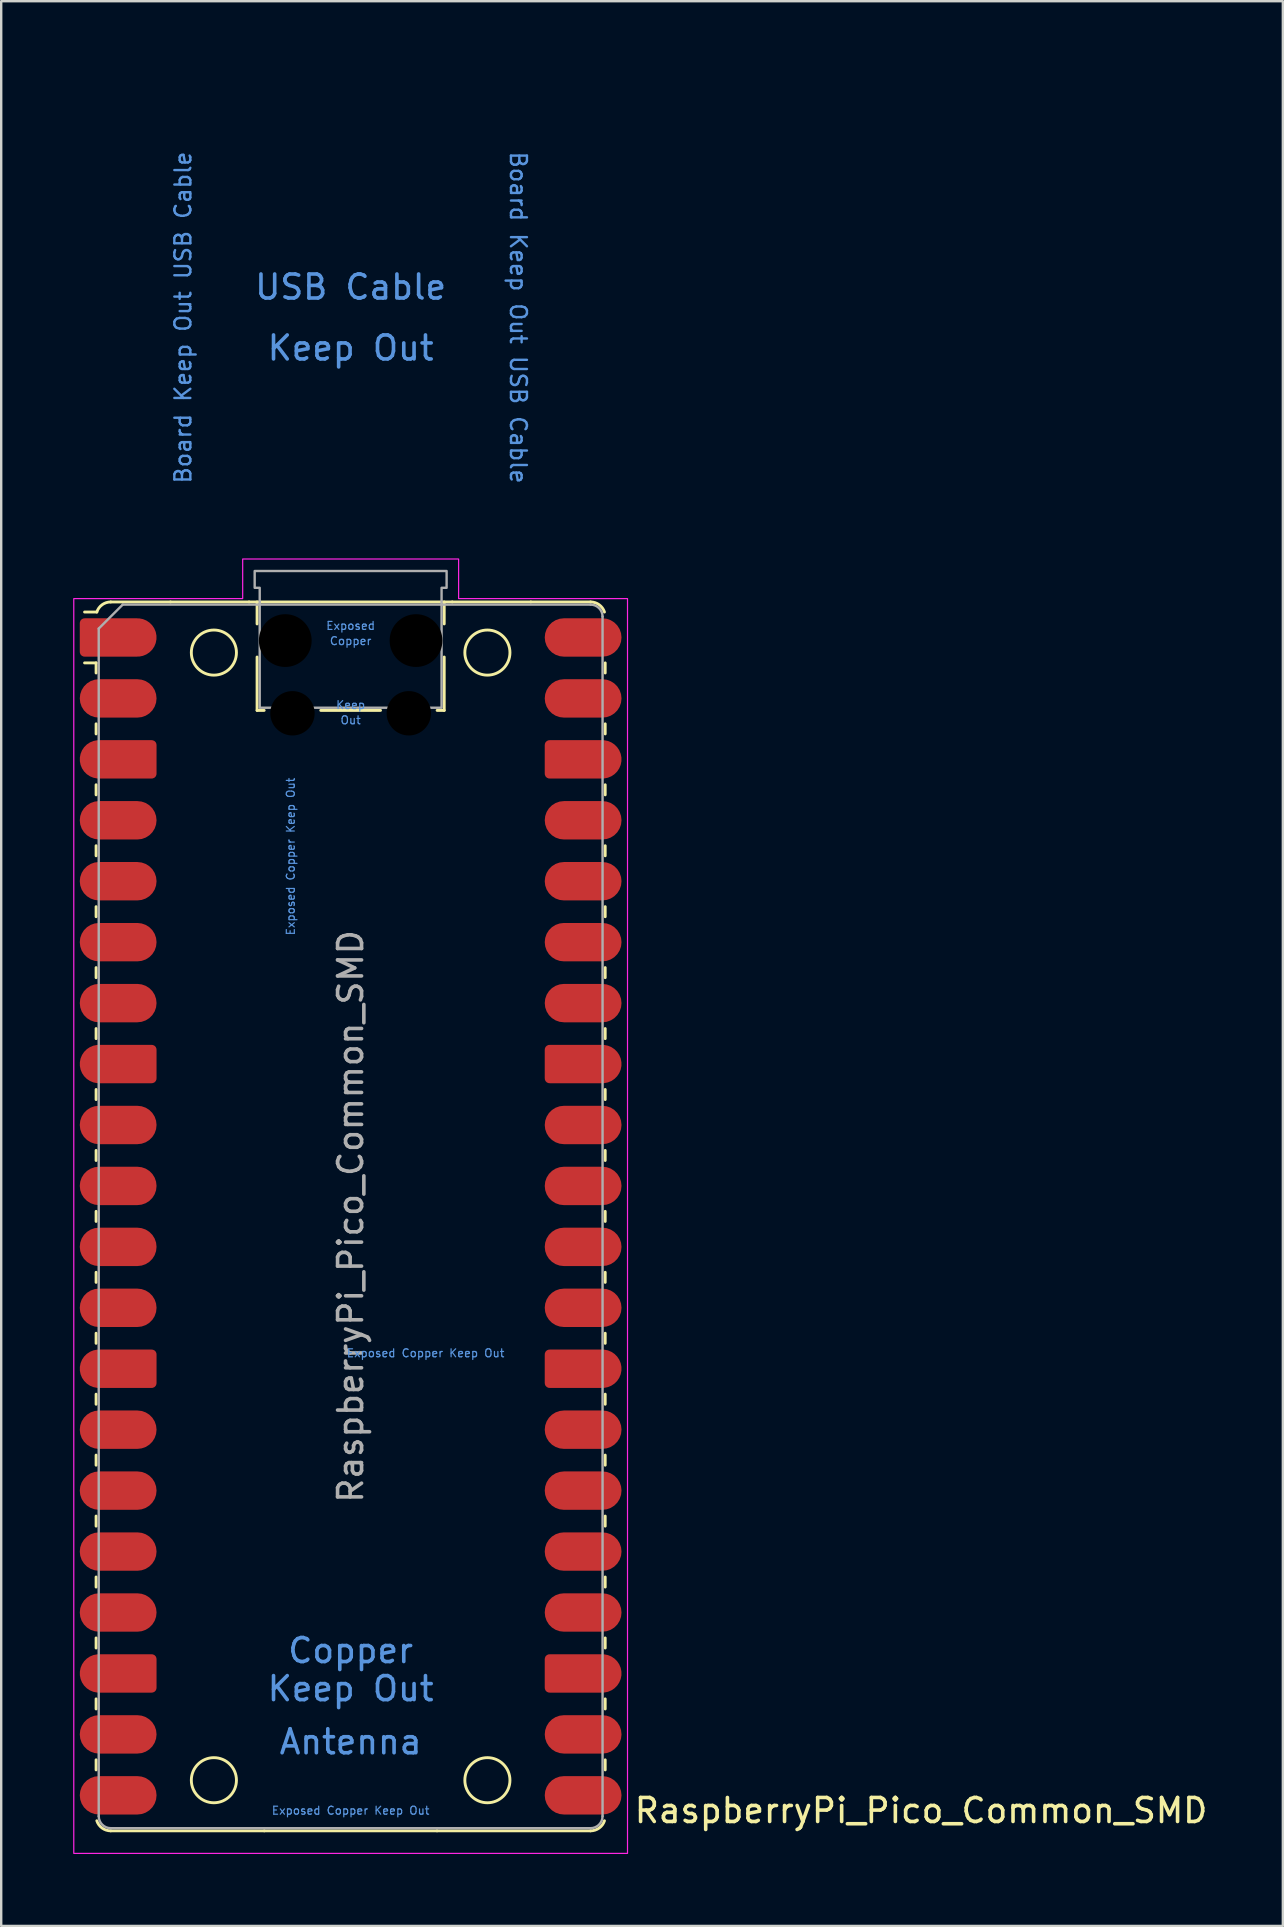
<source format=kicad_pcb>
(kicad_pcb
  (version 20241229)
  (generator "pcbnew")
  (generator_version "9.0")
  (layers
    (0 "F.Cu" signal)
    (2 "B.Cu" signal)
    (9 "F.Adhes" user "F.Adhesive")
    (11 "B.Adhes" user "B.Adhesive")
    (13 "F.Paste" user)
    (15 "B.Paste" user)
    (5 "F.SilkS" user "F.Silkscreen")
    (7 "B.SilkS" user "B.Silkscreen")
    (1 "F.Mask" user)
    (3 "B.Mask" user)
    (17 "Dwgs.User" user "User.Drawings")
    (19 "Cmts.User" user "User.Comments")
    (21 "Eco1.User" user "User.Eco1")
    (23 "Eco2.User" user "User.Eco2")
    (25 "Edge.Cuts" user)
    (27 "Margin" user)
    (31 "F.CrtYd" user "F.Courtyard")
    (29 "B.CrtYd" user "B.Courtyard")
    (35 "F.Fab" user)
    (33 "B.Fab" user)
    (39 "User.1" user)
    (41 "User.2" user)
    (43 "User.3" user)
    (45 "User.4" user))
  (footprint "RaspberryPi_Pico_Common_SMD"
    (layer "F.Cu")
    (at 11.565 47.65)
    (property "Reference" "RaspberryPi_Pico_Common_SMD" (at 11.748 24.765 0) (unlocked yes) (layer "F.SilkS") (effects (font (size 1 1) (thickness 0.15)) (justify left)))
    (attr smd)
    (fp_line (start -10.61 -23.07) (end -11.09 -23.07) (stroke (width 0.12) (type solid)) (layer "F.SilkS"))
    (fp_line (start -10.61 -23.07) (end -10.61 -22.65) (stroke (width 0.12) (type solid)) (layer "F.SilkS"))
    (fp_line (start -10.61 -20.53) (end -10.61 -20.11) (stroke (width 0.12) (type solid)) (layer "F.SilkS"))
    (fp_line (start -10.61 -17.99) (end -10.61 -17.57) (stroke (width 0.12) (type solid)) (layer "F.SilkS"))
    (fp_line (start -10.61 -15.45) (end -10.61 -15.03) (stroke (width 0.12) (type solid)) (layer "F.SilkS"))
    (fp_line (start -10.61 -12.91) (end -10.61 -12.49) (stroke (width 0.12) (type solid)) (layer "F.SilkS"))
    (fp_line (start -10.61 -10.37) (end -10.61 -9.95) (stroke (width 0.12) (type solid)) (layer "F.SilkS"))
    (fp_line (start -10.61 -7.83) (end -10.61 -7.41) (stroke (width 0.12) (type solid)) (layer "F.SilkS"))
    (fp_line (start -10.61 -5.29) (end -10.61 -4.87) (stroke (width 0.12) (type solid)) (layer "F.SilkS"))
    (fp_line (start -10.61 -2.75) (end -10.61 -2.33) (stroke (width 0.12) (type solid)) (layer "F.SilkS"))
    (fp_line (start -10.61 -0.21) (end -10.61 0.21) (stroke (width 0.12) (type solid)) (layer "F.SilkS"))
    (fp_line (start -10.61 2.33) (end -10.61 2.75) (stroke (width 0.12) (type solid)) (layer "F.SilkS"))
    (fp_line (start -10.61 4.87) (end -10.61 5.29) (stroke (width 0.12) (type solid)) (layer "F.SilkS"))
    (fp_line (start -10.61 7.41) (end -10.61 7.83) (stroke (width 0.12) (type solid)) (layer "F.SilkS"))
    (fp_line (start -10.61 9.95) (end -10.61 10.37) (stroke (width 0.12) (type solid)) (layer "F.SilkS"))
    (fp_line (start -10.61 12.49) (end -10.61 12.91) (stroke (width 0.12) (type solid)) (layer "F.SilkS"))
    (fp_line (start -10.61 15.03) (end -10.61 15.45) (stroke (width 0.12) (type solid)) (layer "F.SilkS"))
    (fp_line (start -10.61 17.57) (end -10.61 17.99) (stroke (width 0.12) (type solid)) (layer "F.SilkS"))
    (fp_line (start -10.61 20.11) (end -10.61 20.53) (stroke (width 0.12) (type solid)) (layer "F.SilkS"))
    (fp_line (start -10.61 22.65) (end -10.61 23.07) (stroke (width 0.12) (type solid)) (layer "F.SilkS"))
    (fp_line (start -10.58 -25.19) (end -11.09 -25.19) (stroke (width 0.12) (type solid)) (layer "F.SilkS"))
    (fp_line (start -10 -25.61) (end -7.51 -25.61) (stroke (width 0.12) (type solid)) (layer "F.SilkS"))
    (fp_line (start -10 25.61) (end -3.6 25.61) (stroke (width 0.12) (type solid)) (layer "F.SilkS"))
    (fp_line (start -7.51 -25.61) (end -4.235 -25.61) (stroke (width 0.12) (type solid)) (layer "F.SilkS"))
    (fp_line (start -4.235 -25.61) (end 4.235 -25.61) (stroke (width 0.12) (type solid)) (layer "F.SilkS"))
    (fp_line (start -3.9 -25.61) (end -3.9 -24.694) (stroke (width 0.12) (type solid)) (layer "F.SilkS"))
    (fp_line (start -3.9 -23.315) (end -3.9 -21.09) (stroke (width 0.12) (type solid)) (layer "F.SilkS"))
    (fp_line (start -3.9 -21.09) (end -3.604 -21.09) (stroke (width 0.12) (type solid)) (layer "F.SilkS"))
    (fp_line (start -1.246 -21.09) (end 1.246 -21.09) (stroke (width 0.12) (type solid)) (layer "F.SilkS"))
    (fp_line (start 3.6 25.61) (end -3.6 25.61) (stroke (width 0.12) (type solid)) (layer "F.SilkS"))
    (fp_line (start 3.6 25.61) (end 10 25.61) (stroke (width 0.12) (type solid)) (layer "F.SilkS"))
    (fp_line (start 3.604 -21.09) (end 3.9 -21.09) (stroke (width 0.12) (type solid)) (layer "F.SilkS"))
    (fp_line (start 3.9 -25.61) (end 3.9 -24.694) (stroke (width 0.12) (type solid)) (layer "F.SilkS"))
    (fp_line (start 3.9 -23.315) (end 3.9 -21.09) (stroke (width 0.12) (type solid)) (layer "F.SilkS"))
    (fp_line (start 4.235 -25.61) (end 7.51 -25.61) (stroke (width 0.12) (type solid)) (layer "F.SilkS"))
    (fp_line (start 10 -25.61) (end 7.51 -25.61) (stroke (width 0.12) (type solid)) (layer "F.SilkS"))
    (fp_line (start 10.61 -23.07) (end 10.61 -22.65) (stroke (width 0.12) (type solid)) (layer "F.SilkS"))
    (fp_line (start 10.61 -20.53) (end 10.61 -20.11) (stroke (width 0.12) (type solid)) (layer "F.SilkS"))
    (fp_line (start 10.61 -17.99) (end 10.61 -17.57) (stroke (width 0.12) (type solid)) (layer "F.SilkS"))
    (fp_line (start 10.61 -15.45) (end 10.61 -15.03) (stroke (width 0.12) (type solid)) (layer "F.SilkS"))
    (fp_line (start 10.61 -12.91) (end 10.61 -12.49) (stroke (width 0.12) (type solid)) (layer "F.SilkS"))
    (fp_line (start 10.61 -10.37) (end 10.61 -9.95) (stroke (width 0.12) (type solid)) (layer "F.SilkS"))
    (fp_line (start 10.61 -7.83) (end 10.61 -7.41) (stroke (width 0.12) (type solid)) (layer "F.SilkS"))
    (fp_line (start 10.61 -5.29) (end 10.61 -4.87) (stroke (width 0.12) (type solid)) (layer "F.SilkS"))
    (fp_line (start 10.61 -2.75) (end 10.61 -2.33) (stroke (width 0.12) (type solid)) (layer "F.SilkS"))
    (fp_line (start 10.61 -0.21) (end 10.61 0.21) (stroke (width 0.12) (type solid)) (layer "F.SilkS"))
    (fp_line (start 10.61 2.33) (end 10.61 2.75) (stroke (width 0.12) (type solid)) (layer "F.SilkS"))
    (fp_line (start 10.61 4.87) (end 10.61 5.29) (stroke (width 0.12) (type solid)) (layer "F.SilkS"))
    (fp_line (start 10.61 7.41) (end 10.61 7.83) (stroke (width 0.12) (type solid)) (layer "F.SilkS"))
    (fp_line (start 10.61 9.95) (end 10.61 10.37) (stroke (width 0.12) (type solid)) (layer "F.SilkS"))
    (fp_line (start 10.61 12.49) (end 10.61 12.91) (stroke (width 0.12) (type solid)) (layer "F.SilkS"))
    (fp_line (start 10.61 15.03) (end 10.61 15.45) (stroke (width 0.12) (type solid)) (layer "F.SilkS"))
    (fp_line (start 10.61 17.57) (end 10.61 17.99) (stroke (width 0.12) (type solid)) (layer "F.SilkS"))
    (fp_line (start 10.61 20.11) (end 10.61 20.53) (stroke (width 0.12) (type solid)) (layer "F.SilkS"))
    (fp_line (start 10.61 22.65) (end 10.61 23.07) (stroke (width 0.12) (type solid)) (layer "F.SilkS"))
    (fp_arc (start -10.579676 -25.189937) (mid -10.357938 -25.493944) (end -10 -25.61) (stroke (width 0.12) (type solid)) (layer "F.SilkS"))
    (fp_arc (start -10 25.61) (mid -10.357937 25.493944) (end -10.579676 25.189937) (stroke (width 0.12) (type solid)) (layer "F.SilkS"))
    (fp_arc (start 10 -25.61) (mid 10.357937 -25.493944) (end 10.579676 -25.189937) (stroke (width 0.12) (type solid)) (layer "F.SilkS"))
    (fp_arc (start 10.579676 25.189937) (mid 10.357949 25.493953) (end 10 25.61) (stroke (width 0.12) (type solid)) (layer "F.SilkS"))
    (fp_circle (center -5.7 -23.5) (end -4.76 -23.5) (stroke (width 0.12) (type solid)) (fill no) (layer "F.SilkS"))
    (fp_circle (center -5.7 23.5) (end -4.76 23.5) (stroke (width 0.12) (type solid)) (fill no) (layer "F.SilkS"))
    (fp_circle (center 5.7 -23.5) (end 6.64 -23.5) (stroke (width 0.12) (type solid)) (fill no) (layer "F.SilkS"))
    (fp_circle (center 5.7 23.5) (end 6.64 23.5) (stroke (width 0.12) (type solid)) (fill no) (layer "F.SilkS"))
    (fp_poly (pts (xy -4.5 -27.4) (xy 4.5 -27.4) (xy 4.5 -25.75) (xy 11.54 -25.75) (xy 11.54 26.55) (xy -11.54 26.55) (xy -11.54 -25.75) (xy -4.5 -25.75)) (stroke (width 0.05) (type solid)) (fill no) (layer "F.CrtYd"))
    (fp_line (start -10.5 -24.5) (end -9.5 -25.5) (stroke (width 0.1) (type solid)) (layer "F.Fab"))
    (fp_line (start -10.5 25) (end -10.5 -24.5) (stroke (width 0.1) (type solid)) (layer "F.Fab"))
    (fp_line (start -9.5 -25.5) (end 10 -25.5) (stroke (width 0.1) (type solid)) (layer "F.Fab"))
    (fp_line (start 10 25.5) (end -10 25.5) (stroke (width 0.1) (type solid)) (layer "F.Fab"))
    (fp_line (start 10.5 -25) (end 10.5 25) (stroke (width 0.1) (type solid)) (layer "F.Fab"))
    (fp_arc (start -10 25.5) (mid -10.353553 25.353553) (end -10.5 25) (stroke (width 0.1) (type solid)) (layer "F.Fab"))
    (fp_arc (start 10 -25.5) (mid 10.353553 -25.353553) (end 10.5 -25) (stroke (width 0.1) (type solid)) (layer "F.Fab"))
    (fp_arc (start 10.5 25) (mid 10.353553 25.353553) (end 10 25.5) (stroke (width 0.1) (type solid)) (layer "F.Fab"))
    (fp_poly (pts (xy 3.79 -21.2) (xy 3.79 -26.2) (xy 4 -26.2) (xy 4 -26.9) (xy -4 -26.9) (xy -4 -26.2) (xy -3.79 -26.2) (xy -3.79 -21.2)) (stroke (width 0.1) (type solid)) (fill no) (layer "F.Fab"))
    (fp_text user "Copper" (at 0 -23.983 0) (unlocked yes) (layer "Cmts.User") (effects (font (size 0.333 0.333) (thickness 0.05))))
    (fp_text user "Exposed Copper Keep Out" (at -2.5 -15 90) (unlocked yes) (layer "Cmts.User") (effects (font (size 0.333 0.333) (thickness 0.05))))
    (fp_text user "Board Keep Out USB Cable" (at 6.985 -37.465 270) (unlocked yes) (layer "Cmts.User") (effects (font (size 0.667 0.667) (thickness 0.1))))
    (fp_text user "Copper" (at 0 18.098 0) (unlocked yes) (layer "Cmts.User") (effects (font (size 1 1) (thickness 0.15))))
    (fp_text user "Antenna" (at 0 21.9 0) (unlocked yes) (layer "Cmts.User") (effects (font (size 1 1) (thickness 0.15))))
    (fp_text user "Exposed Copper Keep Out" (at 0 24.765 0) (unlocked yes) (layer "Cmts.User") (effects (font (size 0.333 0.333) (thickness 0.05))))
    (fp_text user "Exposed" (at 0 -24.617 0) (unlocked yes) (layer "Cmts.User") (effects (font (size 0.333 0.333) (thickness 0.05))))
    (fp_text user "USB Cable" (at 0 -38.735 0) (unlocked yes) (layer "Cmts.User") (effects (font (size 1 1) (thickness 0.15))))
    (fp_text user "Board Keep Out USB Cable" (at -6.985 -37.465 90) (unlocked yes) (layer "Cmts.User") (effects (font (size 0.667 0.667) (thickness 0.1))))
    (fp_text user "Out" (at 0 -20.683 0) (unlocked yes) (layer "Cmts.User") (effects (font (size 0.333 0.333) (thickness 0.05))))
    (fp_text user "Exposed Copper Keep Out" (at 3.124 5.7 0) (unlocked yes) (layer "Cmts.User") (effects (font (size 0.333 0.333) (thickness 0.05))))
    (fp_text user "Keep" (at 0 -21.317 0) (unlocked yes) (layer "Cmts.User") (effects (font (size 0.333 0.333) (thickness 0.05))))
    (fp_text user "Keep Out" (at 0 -36.195 0) (unlocked yes) (layer "Cmts.User") (effects (font (size 1 1) (thickness 0.15))))
    (fp_text user "Keep Out" (at 0 19.685 0) (unlocked yes) (layer "Cmts.User") (effects (font (size 1 1) (thickness 0.15))))
    (fp_text user "${REFERENCE}" (at 0 0 90) (layer "F.Fab") (effects (font (size 1 1) (thickness 0.15))))
    (pad "" np_thru_hole circle (at -2.725 -24) (size 2.2 2.2) (drill 2.2) (layers "*.Mask"))
    (pad "" np_thru_hole circle (at -2.425 -20.97) (size 1.85 1.85) (drill 1.85) (layers "*.Mask"))
    (pad "" np_thru_hole circle (at 2.425 -20.97) (size 1.85 1.85) (drill 1.85) (layers "*.Mask"))
    (pad "" np_thru_hole circle (at 2.725 -24) (size 2.2 2.2) (drill 2.2) (layers "*.Mask"))
    (pad "1" smd custom (at -8.89 -24.13) (size 1.6 1.6) (layers "F.Cu" "F.Mask" "F.Paste") (options (anchor circle)) (primitives (gr_poly (pts (xy -2.4 0.6) (xy -2.4 -0.6) (xy -2.2 -0.8) (xy 0 -0.8) (xy 0 0.8) (xy -2.2 0.8)) (width 0) (fill yes)) (gr_circle (center -2.2 0.6) (end -2 0.6) (width 0) (fill yes)) (gr_circle (center -2.2 -0.6) (end -2 -0.6) (width 0) (fill yes))))
    (pad "2" smd roundrect (at -8.89 -21.59) (size 3.2 1.6) (drill (offset -0.8 0)) (layers "F.Cu" "F.Mask" "F.Paste") (roundrect_rratio 0.5))
    (pad "3" smd custom (at -8.89 -19.05) (size 1.6 1.6) (layers "F.Cu" "F.Mask" "F.Paste") (options (anchor circle)) (primitives (gr_poly (pts (xy 0.8 -0.6) (xy 0.8 0.6) (xy 0.6 0.8) (xy -1.6 0.8) (xy -1.6 -0.8) (xy 0.6 -0.8)) (width 0) (fill yes)) (gr_circle (center 0.6 0.6) (end 0.8 0.6) (width 0) (fill yes)) (gr_circle (center 0.6 -0.6) (end 0.8 -0.6) (width 0) (fill yes)) (gr_circle (center -1.6 0) (end -0.8 0) (width 0) (fill yes))))
    (pad "4" smd roundrect (at -8.89 -16.51) (size 3.2 1.6) (drill (offset -0.8 0)) (layers "F.Cu" "F.Mask" "F.Paste") (roundrect_rratio 0.5))
    (pad "5" smd roundrect (at -8.89 -13.97) (size 3.2 1.6) (drill (offset -0.8 0)) (layers "F.Cu" "F.Mask" "F.Paste") (roundrect_rratio 0.5))
    (pad "6" smd roundrect (at -8.89 -11.43) (size 3.2 1.6) (drill (offset -0.8 0)) (layers "F.Cu" "F.Mask" "F.Paste") (roundrect_rratio 0.5))
    (pad "7" smd roundrect (at -8.89 -8.89) (size 3.2 1.6) (drill (offset -0.8 0)) (layers "F.Cu" "F.Mask" "F.Paste") (roundrect_rratio 0.5))
    (pad "8" smd custom (at -8.89 -6.35) (size 1.6 1.6) (layers "F.Cu" "F.Mask" "F.Paste") (options (anchor circle)) (primitives (gr_poly (pts (xy 0.8 -0.6) (xy 0.8 0.6) (xy 0.6 0.8) (xy -1.6 0.8) (xy -1.6 -0.8) (xy 0.6 -0.8)) (width 0) (fill yes)) (gr_circle (center 0.6 0.6) (end 0.8 0.6) (width 0) (fill yes)) (gr_circle (center 0.6 -0.6) (end 0.8 -0.6) (width 0) (fill yes)) (gr_circle (center -1.6 0) (end -0.8 0) (width 0) (fill yes))))
    (pad "9" smd roundrect (at -8.89 -3.81) (size 3.2 1.6) (drill (offset -0.8 0)) (layers "F.Cu" "F.Mask" "F.Paste") (roundrect_rratio 0.5))
    (pad "10" smd roundrect (at -8.89 -1.27) (size 3.2 1.6) (drill (offset -0.8 0)) (layers "F.Cu" "F.Mask" "F.Paste") (roundrect_rratio 0.5))
    (pad "11" smd roundrect (at -8.89 1.27) (size 3.2 1.6) (drill (offset -0.8 0)) (layers "F.Cu" "F.Mask" "F.Paste") (roundrect_rratio 0.5))
    (pad "12" smd roundrect (at -8.89 3.81) (size 3.2 1.6) (drill (offset -0.8 0)) (layers "F.Cu" "F.Mask" "F.Paste") (roundrect_rratio 0.5))
    (pad "13" smd custom (at -8.89 6.35) (size 1.6 1.6) (layers "F.Cu" "F.Mask" "F.Paste") (options (anchor circle)) (primitives (gr_poly (pts (xy 0.8 -0.6) (xy 0.8 0.6) (xy 0.6 0.8) (xy -1.6 0.8) (xy -1.6 -0.8) (xy 0.6 -0.8)) (width 0) (fill yes)) (gr_circle (center 0.6 0.6) (end 0.8 0.6) (width 0) (fill yes)) (gr_circle (center 0.6 -0.6) (end 0.8 -0.6) (width 0) (fill yes)) (gr_circle (center -1.6 0) (end -0.8 0) (width 0) (fill yes))))
    (pad "14" smd roundrect (at -8.89 8.89) (size 3.2 1.6) (drill (offset -0.8 0)) (layers "F.Cu" "F.Mask" "F.Paste") (roundrect_rratio 0.5))
    (pad "15" smd roundrect (at -8.89 11.43) (size 3.2 1.6) (drill (offset -0.8 0)) (layers "F.Cu" "F.Mask" "F.Paste") (roundrect_rratio 0.5))
    (pad "16" smd roundrect (at -8.89 13.97) (size 3.2 1.6) (drill (offset -0.8 0)) (layers "F.Cu" "F.Mask" "F.Paste") (roundrect_rratio 0.5))
    (pad "17" smd roundrect (at -8.89 16.51) (size 3.2 1.6) (drill (offset -0.8 0)) (layers "F.Cu" "F.Mask" "F.Paste") (roundrect_rratio 0.5))
    (pad "18" smd custom (at -8.89 19.05) (size 1.6 1.6) (layers "F.Cu" "F.Mask" "F.Paste") (options (anchor circle)) (primitives (gr_poly (pts (xy 0.8 -0.6) (xy 0.8 0.6) (xy 0.6 0.8) (xy -1.6 0.8) (xy -1.6 -0.8) (xy 0.6 -0.8)) (width 0) (fill yes)) (gr_circle (center 0.6 0.6) (end 0.8 0.6) (width 0) (fill yes)) (gr_circle (center 0.6 -0.6) (end 0.8 -0.6) (width 0) (fill yes)) (gr_circle (center -1.6 0) (end -0.8 0) (width 0) (fill yes))))
    (pad "19" smd roundrect (at -8.89 21.59) (size 3.2 1.6) (drill (offset -0.8 0)) (layers "F.Cu" "F.Mask" "F.Paste") (roundrect_rratio 0.5))
    (pad "20" smd roundrect (at -8.89 24.13) (size 3.2 1.6) (drill (offset -0.8 0)) (layers "F.Cu" "F.Mask" "F.Paste") (roundrect_rratio 0.5))
    (pad "21" smd roundrect (at 8.89 24.13) (size 3.2 1.6) (drill (offset 0.8 0)) (layers "F.Cu" "F.Mask" "F.Paste") (roundrect_rratio 0.5))
    (pad "22" smd roundrect (at 8.89 21.59) (size 3.2 1.6) (drill (offset 0.8 0)) (layers "F.Cu" "F.Mask" "F.Paste") (roundrect_rratio 0.5))
    (pad "23" smd custom (at 8.89 19.05) (size 1.6 1.6) (layers "F.Cu" "F.Mask" "F.Paste") (options (anchor circle)) (primitives (gr_poly (pts (xy -0.8 -0.6) (xy -0.8 0.6) (xy -0.6 0.8) (xy 1.6 0.8) (xy 1.6 -0.8) (xy -0.6 -0.8)) (width 0) (fill yes)) (gr_circle (center -0.6 0.6) (end -0.4 0.6) (width 0) (fill yes)) (gr_circle (center -0.6 -0.6) (end -0.4 -0.6) (width 0) (fill yes)) (gr_circle (center 1.6 0) (end 2.4 0) (width 0) (fill yes))))
    (pad "24" smd roundrect (at 8.89 16.51) (size 3.2 1.6) (drill (offset 0.8 0)) (layers "F.Cu" "F.Mask" "F.Paste") (roundrect_rratio 0.5))
    (pad "25" smd roundrect (at 8.89 13.97) (size 3.2 1.6) (drill (offset 0.8 0)) (layers "F.Cu" "F.Mask" "F.Paste") (roundrect_rratio 0.5))
    (pad "26" smd roundrect (at 8.89 11.43) (size 3.2 1.6) (drill (offset 0.8 0)) (layers "F.Cu" "F.Mask" "F.Paste") (roundrect_rratio 0.5))
    (pad "27" smd roundrect (at 8.89 8.89) (size 3.2 1.6) (drill (offset 0.8 0)) (layers "F.Cu" "F.Mask" "F.Paste") (roundrect_rratio 0.5))
    (pad "28" smd custom (at 8.89 6.35) (size 1.6 1.6) (layers "F.Cu" "F.Mask" "F.Paste") (options (anchor circle)) (primitives (gr_poly (pts (xy -0.8 -0.6) (xy -0.8 0.6) (xy -0.6 0.8) (xy 1.6 0.8) (xy 1.6 -0.8) (xy -0.6 -0.8)) (width 0) (fill yes)) (gr_circle (center -0.6 0.6) (end -0.4 0.6) (width 0) (fill yes)) (gr_circle (center -0.6 -0.6) (end -0.4 -0.6) (width 0) (fill yes)) (gr_circle (center 1.6 0) (end 2.4 0) (width 0) (fill yes))))
    (pad "29" smd roundrect (at 8.89 3.81) (size 3.2 1.6) (drill (offset 0.8 0)) (layers "F.Cu" "F.Mask" "F.Paste") (roundrect_rratio 0.5))
    (pad "30" smd roundrect (at 8.89 1.27) (size 3.2 1.6) (drill (offset 0.8 0)) (layers "F.Cu" "F.Mask" "F.Paste") (roundrect_rratio 0.5))
    (pad "31" smd roundrect (at 8.89 -1.27) (size 3.2 1.6) (drill (offset 0.8 0)) (layers "F.Cu" "F.Mask" "F.Paste") (roundrect_rratio 0.5))
    (pad "32" smd roundrect (at 8.89 -3.81) (size 3.2 1.6) (drill (offset 0.8 0)) (layers "F.Cu" "F.Mask" "F.Paste") (roundrect_rratio 0.5))
    (pad "33" smd custom (at 8.89 -6.35) (size 1.6 1.6) (layers "F.Cu" "F.Mask" "F.Paste") (options (anchor circle)) (primitives (gr_poly (pts (xy -0.8 -0.6) (xy -0.8 0.6) (xy -0.6 0.8) (xy 1.6 0.8) (xy 1.6 -0.8) (xy -0.6 -0.8)) (width 0) (fill yes)) (gr_circle (center -0.6 0.6) (end -0.4 0.6) (width 0) (fill yes)) (gr_circle (center -0.6 -0.6) (end -0.4 -0.6) (width 0) (fill yes)) (gr_circle (center 1.6 0) (end 2.4 0) (width 0) (fill yes))))
    (pad "34" smd roundrect (at 8.89 -8.89) (size 3.2 1.6) (drill (offset 0.8 0)) (layers "F.Cu" "F.Mask" "F.Paste") (roundrect_rratio 0.5))
    (pad "35" smd roundrect (at 8.89 -11.43) (size 3.2 1.6) (drill (offset 0.8 0)) (layers "F.Cu" "F.Mask" "F.Paste") (roundrect_rratio 0.5))
    (pad "36" smd roundrect (at 8.89 -13.97) (size 3.2 1.6) (drill (offset 0.8 0)) (layers "F.Cu" "F.Mask" "F.Paste") (roundrect_rratio 0.5))
    (pad "37" smd roundrect (at 8.89 -16.51) (size 3.2 1.6) (drill (offset 0.8 0)) (layers "F.Cu" "F.Mask" "F.Paste") (roundrect_rratio 0.5))
    (pad "38" smd custom (at 8.89 -19.05) (size 1.6 1.6) (layers "F.Cu" "F.Mask" "F.Paste") (options (anchor circle)) (primitives (gr_poly (pts (xy -0.8 -0.6) (xy -0.8 0.6) (xy -0.6 0.8) (xy 1.6 0.8) (xy 1.6 -0.8) (xy -0.6 -0.8)) (width 0) (fill yes)) (gr_circle (center -0.6 0.6) (end -0.4 0.6) (width 0) (fill yes)) (gr_circle (center -0.6 -0.6) (end -0.4 -0.6) (width 0) (fill yes)) (gr_circle (center 1.6 0) (end 2.4 0) (width 0) (fill yes))))
    (pad "39" smd roundrect (at 8.89 -21.59) (size 3.2 1.6) (drill (offset 0.8 0)) (layers "F.Cu" "F.Mask" "F.Paste") (roundrect_rratio 0.5))
    (pad "40" smd roundrect (at 8.89 -24.13) (size 3.2 1.6) (drill (offset 0.8 0)) (layers "F.Cu" "F.Mask" "F.Paste") (roundrect_rratio 0.5))
    (zone (net_name "") (layers "F.Cu" "B.Cu" "F.Paste" "B.Paste") (name "Antenna Copper Keep Out") (hatch full 0.5) (connect_pads) (min_thickness 0.254) (filled_areas_thickness no) (keepout (tracks not_allowed) (vias not_allowed) (pads not_allowed) (copperpour not_allowed) (footprints allowed)) (placement (enabled no)) (fill) (polygon (pts (xy 9.165 72.64) (xy 4.465 68.99) (xy 4.465 64.65) (xy 18.665 64.65) (xy 18.665 68.99) (xy 13.965 72.64) (xy 13.965 73.65) (xy 9.165 73.65))))
    (zone (net_name "") (layers "F.Cu" "F.Paste") (name "Pad Keep Out D1-W") (hatch full 0.5) (connect_pads) (min_thickness 0.25) (filled_areas_thickness no) (keepout (tracks not_allowed) (vias not_allowed) (pads not_allowed) (copperpour not_allowed) (footprints allowed)) (placement (enabled no)) (fill) (polygon (pts (xy 11.194 52.45) (xy 11.249 52.395) (xy 11.322 52.365) (xy 11.362 52.363) (xy 12.149 52.363) (xy 12.149 54.337) (xy 11.362 54.337) (xy 11.322 54.335) (xy 11.249 54.305) (xy 11.194 54.25) (xy 11.164 54.177) (xy 11.162 54.137) (xy 11.162 52.563) (xy 11.164 52.523))))
    (zone (net_name "") (layers "F.Cu" "F.Paste") (name "Pad Keep Out D1-W") (hatch full 0.5) (connect_pads) (min_thickness 0.25) (filled_areas_thickness no) (keepout (tracks not_allowed) (vias not_allowed) (pads not_allowed) (copperpour not_allowed) (footprints allowed)) (placement (enabled no)) (fill) (polygon (pts (xy 12.937 54.337) (xy 12.149 54.337) (xy 12.149 52.363) (xy 12.937 52.363) (xy 12.976 52.365) (xy 13.049 52.395) (xy 13.104 52.45) (xy 13.135 52.523) (xy 13.136 52.563) (xy 13.136 54.137) (xy 13.135 54.177) (xy 13.104 54.25) (xy 13.049 54.305) (xy 12.976 54.335))))
    (zone (net_name "") (layers "F.Cu" "F.Paste") (name "Pad Keep Out TP4") (hatch full 0.5) (connect_pads) (min_thickness 0.25) (filled_areas_thickness no) (keepout (tracks not_allowed) (vias not_allowed) (pads not_allowed) (copperpour not_allowed) (footprints allowed)) (placement (enabled no)) (fill) (polygon (pts (xy 8.549 31.098) (xy 8.423 31.064) (xy 8.309 30.998) (xy 8.217 30.906) (xy 8.151 30.792) (xy 8.117 30.666) (xy 8.115 30.6) (xy 8.115 30.15) (xy 10.015 30.15) (xy 10.015 30.6) (xy 10.013 30.666) (xy 9.979 30.792) (xy 9.913 30.906) (xy 9.821 30.998) (xy 9.707 31.064) (xy 9.581 31.098) (xy 9.515 31.1) (xy 8.615 31.1))))
    (zone (net_name "") (layers "F.Cu" "F.Paste") (name "Pad Keep Out TP5") (hatch full 0.5) (connect_pads) (min_thickness 0.25) (filled_areas_thickness no) (keepout (tracks not_allowed) (vias not_allowed) (pads not_allowed) (copperpour not_allowed) (footprints allowed)) (placement (enabled no)) (fill) (polygon (pts (xy 8.549 33.598) (xy 8.423 33.564) (xy 8.309 33.498) (xy 8.217 33.406) (xy 8.151 33.292) (xy 8.117 33.166) (xy 8.115 33.1) (xy 8.115 32.65) (xy 10.015 32.65) (xy 10.015 33.1) (xy 10.013 33.166) (xy 9.979 33.292) (xy 9.913 33.406) (xy 9.821 33.498) (xy 9.707 33.564) (xy 9.581 33.598) (xy 9.515 33.6) (xy 8.615 33.6))))
    (zone (net_name "") (layers "F.Cu" "F.Paste") (name "Pad Keep Out TP6") (hatch full 0.5) (connect_pads) (min_thickness 0.25) (filled_areas_thickness no) (keepout (tracks not_allowed) (vias not_allowed) (pads not_allowed) (copperpour not_allowed) (footprints allowed)) (placement (enabled no)) (fill) (polygon (pts (xy 8.549 36.098) (xy 8.423 36.064) (xy 8.309 35.998) (xy 8.217 35.906) (xy 8.151 35.792) (xy 8.117 35.666) (xy 8.115 35.6) (xy 8.115 35.15) (xy 10.015 35.15) (xy 10.015 35.6) (xy 10.013 35.666) (xy 9.979 35.792) (xy 9.913 35.906) (xy 9.821 35.998) (xy 9.707 36.064) (xy 9.581 36.098) (xy 9.515 36.1) (xy 8.615 36.1))))
    (zone (net_name "") (layers "F.Cu" "F.Paste") (name "Pad Keep Out TP3") (hatch full 0.5) (connect_pads) (min_thickness 0.25) (filled_areas_thickness no) (keepout (tracks not_allowed) (vias not_allowed) (pads not_allowed) (copperpour not_allowed) (footprints allowed)) (placement (enabled no)) (fill) (polygon (pts (xy 9.617 22.834) (xy 9.651 22.708) (xy 9.717 22.594) (xy 9.809 22.502) (xy 9.923 22.436) (xy 10.049 22.402) (xy 10.115 22.4) (xy 10.565 22.4) (xy 10.565 24.3) (xy 10.115 24.3) (xy 10.049 24.298) (xy 9.923 24.264) (xy 9.809 24.198) (xy 9.717 24.106) (xy 9.651 23.992) (xy 9.617 23.866) (xy 9.615 23.8) (xy 9.615 22.9))))
    (zone (net_name "") (layers "F.Cu" "F.Paste") (name "Pad Keep Out TP4") (hatch full 0.5) (connect_pads) (min_thickness 0.25) (filled_areas_thickness no) (keepout (tracks not_allowed) (vias not_allowed) (pads not_allowed) (copperpour not_allowed) (footprints allowed)) (placement (enabled no)) (fill) (polygon (pts (xy 10.015 30.15) (xy 10.015 29.7) (xy 10.013 29.634) (xy 9.979 29.508) (xy 9.913 29.394) (xy 9.821 29.302) (xy 9.707 29.236) (xy 9.581 29.202) (xy 9.515 29.2) (xy 8.615 29.2) (xy 8.549 29.202) (xy 8.423 29.236) (xy 8.309 29.302) (xy 8.217 29.394) (xy 8.151 29.508) (xy 8.117 29.634) (xy 8.115 29.7) (xy 8.115 30.15))))
    (zone (net_name "") (layers "F.Cu" "F.Paste") (name "Pad Keep Out TP5") (hatch full 0.5) (connect_pads) (min_thickness 0.25) (filled_areas_thickness no) (keepout (tracks not_allowed) (vias not_allowed) (pads not_allowed) (copperpour not_allowed) (footprints allowed)) (placement (enabled no)) (fill) (polygon (pts (xy 10.015 32.65) (xy 10.015 32.2) (xy 10.013 32.134) (xy 9.979 32.008) (xy 9.913 31.894) (xy 9.821 31.802) (xy 9.707 31.736) (xy 9.581 31.702) (xy 9.515 31.7) (xy 8.615 31.7) (xy 8.549 31.702) (xy 8.423 31.736) (xy 8.309 31.802) (xy 8.217 31.894) (xy 8.151 32.008) (xy 8.117 32.134) (xy 8.115 32.2) (xy 8.115 32.65))))
    (zone (net_name "") (layers "F.Cu" "F.Paste") (name "Pad Keep Out TP6") (hatch full 0.5) (connect_pads) (min_thickness 0.25) (filled_areas_thickness no) (keepout (tracks not_allowed) (vias not_allowed) (pads not_allowed) (copperpour not_allowed) (footprints allowed)) (placement (enabled no)) (fill) (polygon (pts (xy 10.015 35.15) (xy 10.015 34.7) (xy 10.013 34.634) (xy 9.979 34.508) (xy 9.913 34.394) (xy 9.821 34.302) (xy 9.707 34.236) (xy 9.581 34.202) (xy 9.515 34.2) (xy 8.615 34.2) (xy 8.549 34.202) (xy 8.423 34.236) (xy 8.309 34.302) (xy 8.217 34.394) (xy 8.151 34.508) (xy 8.117 34.634) (xy 8.115 34.7) (xy 8.115 35.15))))
    (zone (net_name "") (layers "F.Cu" "F.Paste") (name "Pad Keep Out TP3") (hatch full 0.5) (connect_pads) (min_thickness 0.25) (filled_areas_thickness no) (keepout (tracks not_allowed) (vias not_allowed) (pads not_allowed) (copperpour not_allowed) (footprints allowed)) (placement (enabled no)) (fill) (polygon (pts (xy 10.565 24.3) (xy 11.015 24.3) (xy 11.081 24.298) (xy 11.207 24.264) (xy 11.321 24.198) (xy 11.413 24.106) (xy 11.479 23.992) (xy 11.513 23.866) (xy 11.515 23.8) (xy 11.515 22.9) (xy 11.513 22.834) (xy 11.479 22.708) (xy 11.413 22.594) (xy 11.321 22.502) (xy 11.207 22.436) (xy 11.081 22.402) (xy 11.015 22.4) (xy 10.565 22.4))))
    (zone (net_name "") (layers "F.Cu" "F.Paste") (name "Pad Keep Out TP1") (hatch full 0.5) (connect_pads) (min_thickness 0.25) (filled_areas_thickness no) (keepout (tracks not_allowed) (vias not_allowed) (pads not_allowed) (copperpour not_allowed) (footprints allowed)) (placement (enabled no)) (fill) (polygon (pts (xy 10.617 26.134) (xy 10.651 26.008) (xy 10.717 25.894) (xy 10.809 25.802) (xy 10.923 25.736) (xy 11.049 25.702) (xy 11.115 25.7) (xy 11.565 25.7) (xy 11.565 27.6) (xy 11.115 27.6) (xy 11.049 27.598) (xy 10.923 27.564) (xy 10.809 27.498) (xy 10.717 27.406) (xy 10.651 27.292) (xy 10.617 27.166) (xy 10.615 27.1) (xy 10.615 26.2))))
    (zone (net_name "") (layers "F.Cu" "F.Paste") (name "Pad Keep Out TP1") (hatch full 0.5) (connect_pads) (min_thickness 0.25) (filled_areas_thickness no) (keepout (tracks not_allowed) (vias not_allowed) (pads not_allowed) (copperpour not_allowed) (footprints allowed)) (placement (enabled no)) (fill) (polygon (pts (xy 11.565 27.6) (xy 12.015 27.6) (xy 12.081 27.598) (xy 12.207 27.564) (xy 12.321 27.498) (xy 12.413 27.406) (xy 12.479 27.292) (xy 12.513 27.166) (xy 12.515 27.1) (xy 12.515 26.2) (xy 12.513 26.134) (xy 12.479 26.008) (xy 12.413 25.894) (xy 12.321 25.802) (xy 12.207 25.736) (xy 12.081 25.702) (xy 12.015 25.7) (xy 11.565 25.7))))
    (zone (net_name "") (layers "F.Cu" "F.Paste") (name "Pad Keep Out TP2") (hatch full 0.5) (connect_pads) (min_thickness 0.25) (filled_areas_thickness no) (keepout (tracks not_allowed) (vias not_allowed) (pads not_allowed) (copperpour not_allowed) (footprints allowed)) (placement (enabled no)) (fill) (polygon (pts (xy 11.617 22.849) (xy 11.651 22.723) (xy 11.717 22.609) (xy 11.809 22.517) (xy 11.923 22.451) (xy 12.049 22.417) (xy 12.115 22.415) (xy 12.565 22.415) (xy 12.565 24.315) (xy 12.115 24.315) (xy 12.049 24.313) (xy 11.923 24.279) (xy 11.809 24.213) (xy 11.717 24.121) (xy 11.651 24.007) (xy 11.617 23.881) (xy 11.615 23.815) (xy 11.615 22.915))))
    (zone (net_name "") (layers "F.Cu" "F.Paste") (name "Pad Keep Out TP2") (hatch full 0.5) (connect_pads) (min_thickness 0.25) (filled_areas_thickness no) (keepout (tracks not_allowed) (vias not_allowed) (pads not_allowed) (copperpour not_allowed) (footprints allowed)) (placement (enabled no)) (fill) (polygon (pts (xy 12.565 24.315) (xy 13.015 24.315) (xy 13.081 24.313) (xy 13.207 24.279) (xy 13.321 24.213) (xy 13.413 24.121) (xy 13.479 24.007) (xy 13.513 23.881) (xy 13.515 23.815) (xy 13.515 22.915) (xy 13.513 22.849) (xy 13.479 22.723) (xy 13.413 22.609) (xy 13.321 22.517) (xy 13.207 22.451) (xy 13.081 22.417) (xy 13.015 22.415) (xy 12.565 22.415))))
    (zone (net_name "") (layers "F.Cu" "F.Paste") (name "Pad Keep Out D2") (hatch full 0.5) (connect_pads) (min_thickness 0.25) (filled_areas_thickness no) (keepout (tracks not_allowed) (vias not_allowed) (pads not_allowed) (copperpour not_allowed) (footprints allowed)) (placement (enabled no)) (fill) (polygon (pts (xy 10.965 70.55) (xy 11.565 70.55) (arc (start 11.565 74.15) (mid 10.857893 73.857107) (end 10.565 73.15)) (xy 10.565 70.95) (xy 10.567 70.887) (xy 10.606 70.767) (xy 10.68 70.665) (xy 10.782 70.591) (xy 10.902 70.552))))
    (zone (net_name "") (layers "F.Cu" "F.Paste") (name "Pad Keep Out D2") (hatch full 0.5) (connect_pads) (min_thickness 0.25) (filled_areas_thickness no) (keepout (tracks not_allowed) (vias not_allowed) (pads not_allowed) (copperpour not_allowed) (footprints allowed)) (placement (enabled no)) (fill) (polygon (pts (xy 12.165 70.55) (xy 12.228 70.552) (xy 12.348 70.591) (xy 12.45 70.665) (xy 12.524 70.767) (xy 12.563 70.887) (xy 12.565 70.95) (arc (start 12.565 73.15) (mid 12.272107 73.857107) (end 11.565 74.15)) (xy 11.565 70.55))))
    (zone (net_name "") (layers "F.Cu" "F.Paste") (name "Pad Keep Out D2-W") (hatch full 0.508) (connect_pads) (min_thickness 0.254) (filled_areas_thickness no) (keepout (tracks not_allowed) (vias not_allowed) (pads not_allowed) (copperpour not_allowed) (footprints allowed)) (placement (enabled no)) (fill) (polygon (pts (xy 15.681 53.35) (xy 15.662 53.157) (xy 15.606 52.972) (xy 15.516 52.801) (xy 15.393 52.651) (xy 15.244 52.527) (xy 15.074 52.435) (xy 14.889 52.378) (xy 14.696 52.358) (xy 14.503 52.375) (xy 14.317 52.43) (xy 14.146 52.52) (xy 13.995 52.641) (xy 13.87 52.789) (xy 13.777 52.959) (xy 13.719 53.144) (xy 13.697 53.336) (xy 13.713 53.529) (xy 13.767 53.715) (xy 13.855 53.887) (xy 13.975 54.039) (xy 14.123 54.165) (xy 14.292 54.259) (xy 14.476 54.319) (xy 14.668 54.342) (xy 14.861 54.327) (xy 15.048 54.275) (xy 15.221 54.188) (xy 15.373 54.069) (xy 15.5 53.922) (xy 15.595 53.754) (xy 15.657 53.57) (xy 15.681 53.378))))
    (zone (net_name "") (layers "F.Cu" "F.Paste") (name "Pad Keep Out D3-W") (hatch full 0.508) (connect_pads) (min_thickness 0.254) (filled_areas_thickness no) (keepout (tracks not_allowed) (vias not_allowed) (pads not_allowed) (copperpour not_allowed) (footprints allowed)) (placement (enabled no)) (fill) (polygon (pts (xy 18.221 53.35) (xy 18.202 53.157) (xy 18.146 52.972) (xy 18.056 52.801) (xy 17.933 52.651) (xy 17.784 52.527) (xy 17.614 52.435) (xy 17.429 52.378) (xy 17.236 52.358) (xy 17.043 52.375) (xy 16.857 52.43) (xy 16.686 52.52) (xy 16.535 52.641) (xy 16.41 52.789) (xy 16.317 52.959) (xy 16.259 53.144) (xy 16.237 53.336) (xy 16.253 53.529) (xy 16.307 53.715) (xy 16.395 53.887) (xy 16.515 54.039) (xy 16.663 54.165) (xy 16.832 54.259) (xy 17.016 54.319) (xy 17.208 54.342) (xy 17.401 54.327) (xy 17.588 54.275) (xy 17.761 54.188) (xy 17.913 54.069) (xy 18.04 53.922) (xy 18.136 53.754) (xy 18.197 53.57) (xy 18.221 53.378))))
    (zone (net_name "") (layers "F.Cu" "F.Paste") (name "Pad Keep Out D1") (hatch full 0.5) (connect_pads) (min_thickness 0.25) (filled_areas_thickness no) (keepout (tracks not_allowed) (vias not_allowed) (pads not_allowed) (copperpour not_allowed) (footprints allowed)) (placement (enabled no)) (fill) (polygon (pts (arc (start 8.025 73.15) (mid 8.317893 73.857107) (end 9.025 74.15)) (arc (start 9.025 70.55) (mid 8.317893 70.842893) (end 8.025 71.55)))))
    (zone (net_name "") (layers "F.Cu" "F.Paste") (name "Pad Keep Out D1") (hatch full 0.5) (connect_pads) (min_thickness 0.25) (filled_areas_thickness no) (keepout (tracks not_allowed) (vias not_allowed) (pads not_allowed) (copperpour not_allowed) (footprints allowed)) (placement (enabled no)) (fill) (polygon (pts (arc (start 9.025 74.15) (mid 9.732107 73.857107) (end 10.025 73.15)) (arc (start 10.025 71.55) (mid 9.732107 70.842893) (end 9.025 70.55)))))
    (zone (net_name "") (layers "F.Cu" "F.Paste") (name "Pad Keep Out D3") (hatch full 0.5) (connect_pads) (min_thickness 0.25) (filled_areas_thickness no) (keepout (tracks not_allowed) (vias not_allowed) (pads not_allowed) (copperpour not_allowed) (footprints allowed)) (placement (enabled no)) (fill) (polygon (pts (arc (start 13.105141 73.149925) (mid 13.398034 73.857032) (end 14.105141 74.149925)) (arc (start 14.105141 70.549925) (mid 13.398034 70.842818) (end 13.105141 71.549925)))))
    (zone (net_name "") (layers "F.Cu" "F.Paste") (name "Pad Keep Out D3") (hatch full 0.5) (connect_pads) (min_thickness 0.25) (filled_areas_thickness no) (keepout (tracks not_allowed) (vias not_allowed) (pads not_allowed) (copperpour not_allowed) (footprints allowed)) (placement (enabled no)) (fill) (polygon (pts (arc (start 14.105141 74.149925) (mid 14.812248 73.857032) (end 15.105141 73.149925)) (arc (start 15.105141 71.549925) (mid 14.812248 70.842818) (end 14.105141 70.549925)))))
    (zone (net_name "") (layer "Edge.Cuts") (name "Board Keep Out USB Cable") (hatch edge 0.5) (connect_pads) (min_thickness 0.254) (filled_areas_thickness no) (keepout (tracks allowed) (vias allowed) (pads allowed) (copperpour allowed) (footprints allowed)) (placement (enabled no)) (fill) (polygon (pts (xy 5.365 0) (xy 17.765 0) (xy 17.765 20.4) (xy 5.365 20.4))))
    (zone (net_name "") (layer "F.CrtYd") (name "USB Cable Keep Out") (hatch full 0.5) (connect_pads) (min_thickness 0.254) (filled_areas_thickness no) (keepout (tracks allowed) (vias allowed) (pads allowed) (copperpour allowed) (footprints not_allowed)) (placement (enabled no)) (fill) (polygon (pts (xy 5.815 19.95) (xy 7.625 19.95) (xy 7.625 20.25) (xy 15.505 20.25) (xy 15.505 19.95) (xy 17.315 19.95) (xy 17.315 0.45) (xy 5.815 0.45)))))
  (gr_rect
    (start -3 -3)
    (end 50.42 77.225)
    (stroke (width 0.1) (type default))
    (fill no)
    (layer "Edge.Cuts")))
</source>
